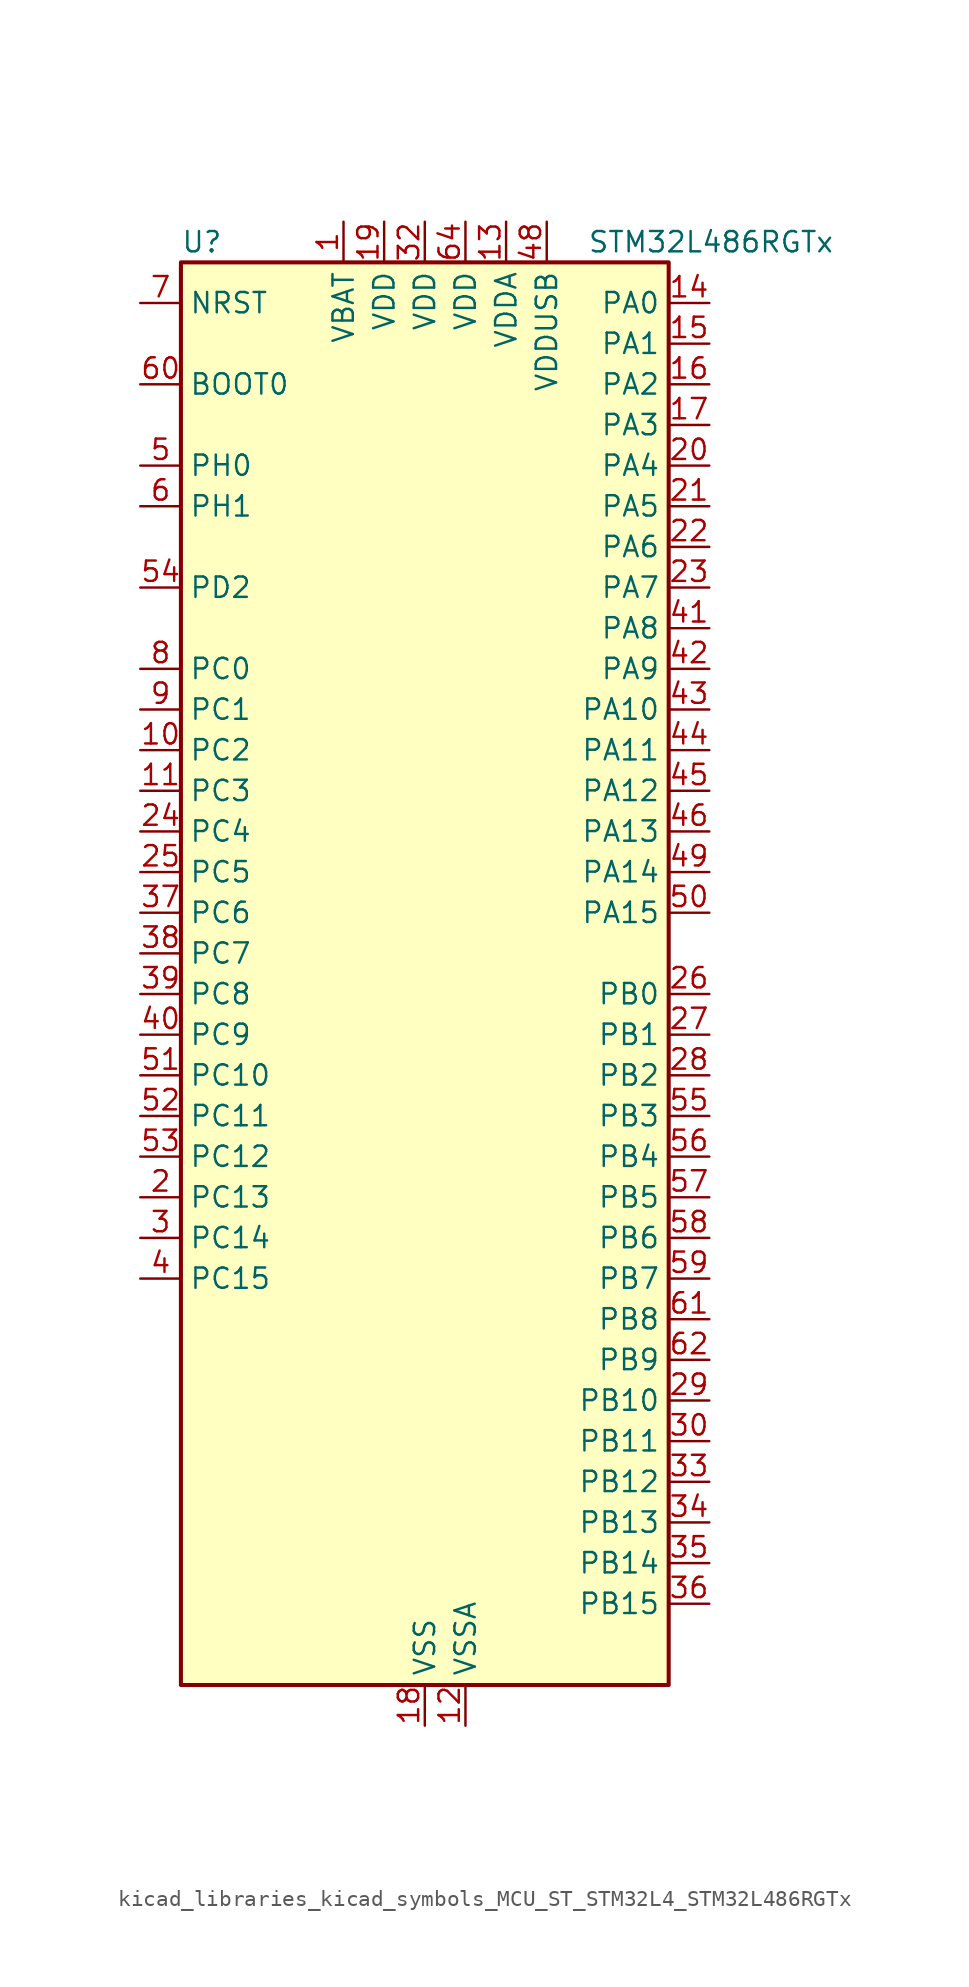
<source format=kicad_sym>
(kicad_symbol_lib
  (version 20220914)
  (generator kicad_symbol_editor)
  (symbol "kicad_libraries_kicad_symbols_MCU_ST_STM32L4_STM32L486RGTx"
    (property "Reference" "U"
      (at -15.24 46.99 0)
      (effects (font (size 1.27 1.27)) (justify left)))
    (property "Value" "STM32L486RGTx"
      (at 10.16 46.99 0)
      (effects (font (size 1.27 1.27)) (justify left)))
    (property "ki_locked" ""
      (at 0 0 0)
      (effects (font (size 1.27 1.27))))
    (symbol "kicad_libraries_kicad_symbols_MCU_ST_STM32L4_STM32L486RGTx_0_1"
      (rectangle (start -15.24 -43.18) (end 15.24 45.72) (stroke (width 0.254) (type default)) (fill (type background))))
    (symbol "kicad_libraries_kicad_symbols_MCU_ST_STM32L4_STM32L486RGTx_1_1"
      (pin power_in line (at -5.08 48.26 270) (length 2.54) (name "VBAT" (effects (font (size 1.27 1.27)))) (number "1" (effects (font (size 1.27 1.27)))))
      (pin bidirectional line (at -17.78 15.24 0) (length 2.54) (name "PC2" (effects (font (size 1.27 1.27)))) (number "10" (effects (font (size 1.27 1.27)))) (alternate "ADC1_IN3" bidirectional line) (alternate "ADC2_IN3" bidirectional line) (alternate "ADC3_IN3" bidirectional line) (alternate "DFSDM1_CKOUT" bidirectional line) (alternate "LCD_SEG20" bidirectional line) (alternate "LPTIM1_IN2" bidirectional line) (alternate "SPI2_MISO" bidirectional line))
      (pin bidirectional line (at -17.78 12.7 0) (length 2.54) (name "PC3" (effects (font (size 1.27 1.27)))) (number "11" (effects (font (size 1.27 1.27)))) (alternate "ADC1_IN4" bidirectional line) (alternate "ADC2_IN4" bidirectional line) (alternate "ADC3_IN4" bidirectional line) (alternate "LCD_VLCD" bidirectional line) (alternate "LPTIM1_ETR" bidirectional line) (alternate "LPTIM2_ETR" bidirectional line) (alternate "SAI1_SD_A" bidirectional line) (alternate "SPI2_MOSI" bidirectional line))
      (pin power_in line (at 2.54 -45.72 90) (length 2.54) (name "VSSA" (effects (font (size 1.27 1.27)))) (number "12" (effects (font (size 1.27 1.27)))))
      (pin power_in line (at 5.08 48.26 270) (length 2.54) (name "VDDA" (effects (font (size 1.27 1.27)))) (number "13" (effects (font (size 1.27 1.27)))))
      (pin bidirectional line (at 17.78 43.18 180) (length 2.54) (name "PA0" (effects (font (size 1.27 1.27)))) (number "14" (effects (font (size 1.27 1.27)))) (alternate "ADC1_IN5" bidirectional line) (alternate "ADC2_IN5" bidirectional line) (alternate "OPAMP1_VINP" bidirectional line) (alternate "RTC_TAMP2" bidirectional line) (alternate "SAI1_EXTCLK" bidirectional line) (alternate "SYS_WKUP1" bidirectional line) (alternate "TIM2_CH1" bidirectional line) (alternate "TIM2_ETR" bidirectional line) (alternate "TIM5_CH1" bidirectional line) (alternate "TIM8_ETR" bidirectional line) (alternate "UART4_TX" bidirectional line) (alternate "USART2_CTS" bidirectional line))
      (pin bidirectional line (at 17.78 40.64 180) (length 2.54) (name "PA1" (effects (font (size 1.27 1.27)))) (number "15" (effects (font (size 1.27 1.27)))) (alternate "ADC1_IN6" bidirectional line) (alternate "ADC2_IN6" bidirectional line) (alternate "LCD_SEG0" bidirectional line) (alternate "OPAMP1_VINM" bidirectional line) (alternate "TIM15_CH1N" bidirectional line) (alternate "TIM2_CH2" bidirectional line) (alternate "TIM5_CH2" bidirectional line) (alternate "UART4_RX" bidirectional line) (alternate "USART2_DE" bidirectional line) (alternate "USART2_RTS" bidirectional line))
      (pin bidirectional line (at 17.78 38.1 180) (length 2.54) (name "PA2" (effects (font (size 1.27 1.27)))) (number "16" (effects (font (size 1.27 1.27)))) (alternate "ADC1_IN7" bidirectional line) (alternate "ADC2_IN7" bidirectional line) (alternate "LCD_SEG1" bidirectional line) (alternate "RCC_LSCO" bidirectional line) (alternate "SAI2_EXTCLK" bidirectional line) (alternate "SYS_WKUP4" bidirectional line) (alternate "TIM15_CH1" bidirectional line) (alternate "TIM2_CH3" bidirectional line) (alternate "TIM5_CH3" bidirectional line) (alternate "USART2_TX" bidirectional line))
      (pin bidirectional line (at 17.78 35.56 180) (length 2.54) (name "PA3" (effects (font (size 1.27 1.27)))) (number "17" (effects (font (size 1.27 1.27)))) (alternate "ADC1_IN8" bidirectional line) (alternate "ADC2_IN8" bidirectional line) (alternate "LCD_SEG2" bidirectional line) (alternate "OPAMP1_VOUT" bidirectional line) (alternate "TIM15_CH2" bidirectional line) (alternate "TIM2_CH4" bidirectional line) (alternate "TIM5_CH4" bidirectional line) (alternate "USART2_RX" bidirectional line))
      (pin power_in line (at 0 -45.72 90) (length 2.54) (name "VSS" (effects (font (size 1.27 1.27)))) (number "18" (effects (font (size 1.27 1.27)))))
      (pin power_in line (at -2.54 48.26 270) (length 2.54) (name "VDD" (effects (font (size 1.27 1.27)))) (number "19" (effects (font (size 1.27 1.27)))))
      (pin bidirectional line (at -17.78 -12.7 0) (length 2.54) (name "PC13" (effects (font (size 1.27 1.27)))) (number "2" (effects (font (size 1.27 1.27)))) (alternate "RTC_OUT_ALARM" bidirectional line) (alternate "RTC_OUT_CALIB" bidirectional line) (alternate "RTC_TAMP1" bidirectional line) (alternate "RTC_TS" bidirectional line) (alternate "SYS_WKUP2" bidirectional line))
      (pin bidirectional line (at 17.78 33.02 180) (length 2.54) (name "PA4" (effects (font (size 1.27 1.27)))) (number "20" (effects (font (size 1.27 1.27)))) (alternate "ADC1_IN9" bidirectional line) (alternate "ADC2_IN9" bidirectional line) (alternate "DAC1_OUT1" bidirectional line) (alternate "LPTIM2_OUT" bidirectional line) (alternate "SAI1_FS_B" bidirectional line) (alternate "SPI1_NSS" bidirectional line) (alternate "SPI3_NSS" bidirectional line) (alternate "USART2_CK" bidirectional line))
      (pin bidirectional line (at 17.78 30.48 180) (length 2.54) (name "PA5" (effects (font (size 1.27 1.27)))) (number "21" (effects (font (size 1.27 1.27)))) (alternate "ADC1_IN10" bidirectional line) (alternate "ADC2_IN10" bidirectional line) (alternate "DAC1_OUT2" bidirectional line) (alternate "LPTIM2_ETR" bidirectional line) (alternate "SPI1_SCK" bidirectional line) (alternate "TIM2_CH1" bidirectional line) (alternate "TIM2_ETR" bidirectional line) (alternate "TIM8_CH1N" bidirectional line))
      (pin bidirectional line (at 17.78 27.94 180) (length 2.54) (name "PA6" (effects (font (size 1.27 1.27)))) (number "22" (effects (font (size 1.27 1.27)))) (alternate "ADC1_IN11" bidirectional line) (alternate "ADC2_IN11" bidirectional line) (alternate "LCD_SEG3" bidirectional line) (alternate "OPAMP2_VINP" bidirectional line) (alternate "QUADSPI_BK1_IO3" bidirectional line) (alternate "SPI1_MISO" bidirectional line) (alternate "TIM16_CH1" bidirectional line) (alternate "TIM1_BKIN" bidirectional line) (alternate "TIM1_BKIN_COMP2" bidirectional line) (alternate "TIM3_CH1" bidirectional line) (alternate "TIM8_BKIN" bidirectional line) (alternate "TIM8_BKIN_COMP2" bidirectional line) (alternate "USART3_CTS" bidirectional line))
      (pin bidirectional line (at 17.78 25.4 180) (length 2.54) (name "PA7" (effects (font (size 1.27 1.27)))) (number "23" (effects (font (size 1.27 1.27)))) (alternate "ADC1_IN12" bidirectional line) (alternate "ADC2_IN12" bidirectional line) (alternate "LCD_SEG4" bidirectional line) (alternate "OPAMP2_VINM" bidirectional line) (alternate "QUADSPI_BK1_IO2" bidirectional line) (alternate "SPI1_MOSI" bidirectional line) (alternate "TIM17_CH1" bidirectional line) (alternate "TIM1_CH1N" bidirectional line) (alternate "TIM3_CH2" bidirectional line) (alternate "TIM8_CH1N" bidirectional line))
      (pin bidirectional line (at -17.78 10.16 0) (length 2.54) (name "PC4" (effects (font (size 1.27 1.27)))) (number "24" (effects (font (size 1.27 1.27)))) (alternate "ADC1_IN13" bidirectional line) (alternate "ADC2_IN13" bidirectional line) (alternate "COMP1_INM" bidirectional line) (alternate "LCD_SEG22" bidirectional line) (alternate "USART3_TX" bidirectional line))
      (pin bidirectional line (at -17.78 7.62 0) (length 2.54) (name "PC5" (effects (font (size 1.27 1.27)))) (number "25" (effects (font (size 1.27 1.27)))) (alternate "ADC1_IN14" bidirectional line) (alternate "ADC2_IN14" bidirectional line) (alternate "COMP1_INP" bidirectional line) (alternate "LCD_SEG23" bidirectional line) (alternate "SYS_WKUP5" bidirectional line) (alternate "USART3_RX" bidirectional line))
      (pin bidirectional line (at 17.78 0 180) (length 2.54) (name "PB0" (effects (font (size 1.27 1.27)))) (number "26" (effects (font (size 1.27 1.27)))) (alternate "ADC1_IN15" bidirectional line) (alternate "ADC2_IN15" bidirectional line) (alternate "COMP1_OUT" bidirectional line) (alternate "LCD_SEG5" bidirectional line) (alternate "OPAMP2_VOUT" bidirectional line) (alternate "QUADSPI_BK1_IO1" bidirectional line) (alternate "TIM1_CH2N" bidirectional line) (alternate "TIM3_CH3" bidirectional line) (alternate "TIM8_CH2N" bidirectional line) (alternate "USART3_CK" bidirectional line))
      (pin bidirectional line (at 17.78 -2.54 180) (length 2.54) (name "PB1" (effects (font (size 1.27 1.27)))) (number "27" (effects (font (size 1.27 1.27)))) (alternate "ADC1_IN16" bidirectional line) (alternate "ADC2_IN16" bidirectional line) (alternate "COMP1_INM" bidirectional line) (alternate "DFSDM1_DATIN0" bidirectional line) (alternate "LCD_SEG6" bidirectional line) (alternate "LPTIM2_IN1" bidirectional line) (alternate "QUADSPI_BK1_IO0" bidirectional line) (alternate "TIM1_CH3N" bidirectional line) (alternate "TIM3_CH4" bidirectional line) (alternate "TIM8_CH3N" bidirectional line) (alternate "USART3_DE" bidirectional line) (alternate "USART3_RTS" bidirectional line))
      (pin bidirectional line (at 17.78 -5.08 180) (length 2.54) (name "PB2" (effects (font (size 1.27 1.27)))) (number "28" (effects (font (size 1.27 1.27)))) (alternate "COMP1_INP" bidirectional line) (alternate "DFSDM1_CKIN0" bidirectional line) (alternate "I2C3_SMBA" bidirectional line) (alternate "LPTIM1_OUT" bidirectional line) (alternate "RTC_OUT_ALARM" bidirectional line) (alternate "RTC_OUT_CALIB" bidirectional line))
      (pin bidirectional line (at 17.78 -25.4 180) (length 2.54) (name "PB10" (effects (font (size 1.27 1.27)))) (number "29" (effects (font (size 1.27 1.27)))) (alternate "COMP1_OUT" bidirectional line) (alternate "DFSDM1_DATIN7" bidirectional line) (alternate "I2C2_SCL" bidirectional line) (alternate "LCD_SEG10" bidirectional line) (alternate "LPUART1_RX" bidirectional line) (alternate "QUADSPI_CLK" bidirectional line) (alternate "SAI1_SCK_A" bidirectional line) (alternate "SPI2_SCK" bidirectional line) (alternate "TIM2_CH3" bidirectional line) (alternate "USART3_TX" bidirectional line))
      (pin bidirectional line (at -17.78 -15.24 0) (length 2.54) (name "PC14" (effects (font (size 1.27 1.27)))) (number "3" (effects (font (size 1.27 1.27)))) (alternate "RCC_OSC32_IN" bidirectional line))
      (pin bidirectional line (at 17.78 -27.94 180) (length 2.54) (name "PB11" (effects (font (size 1.27 1.27)))) (number "30" (effects (font (size 1.27 1.27)))) (alternate "ADC1_EXTI11" bidirectional line) (alternate "ADC2_EXTI11" bidirectional line) (alternate "ADC3_EXTI11" bidirectional line) (alternate "COMP2_OUT" bidirectional line) (alternate "DFSDM1_CKIN7" bidirectional line) (alternate "I2C2_SDA" bidirectional line) (alternate "LCD_SEG11" bidirectional line) (alternate "LPUART1_TX" bidirectional line) (alternate "QUADSPI_NCS" bidirectional line) (alternate "TIM2_CH4" bidirectional line) (alternate "USART3_RX" bidirectional line))
      (pin passive line (at 0 -45.72 90) (length 2.54) hide (name "VSS" (effects (font (size 1.27 1.27)))) (number "31" (effects (font (size 1.27 1.27)))))
      (pin power_in line (at 0 48.26 270) (length 2.54) (name "VDD" (effects (font (size 1.27 1.27)))) (number "32" (effects (font (size 1.27 1.27)))))
      (pin bidirectional line (at 17.78 -30.48 180) (length 2.54) (name "PB12" (effects (font (size 1.27 1.27)))) (number "33" (effects (font (size 1.27 1.27)))) (alternate "DFSDM1_DATIN1" bidirectional line) (alternate "I2C2_SMBA" bidirectional line) (alternate "LCD_SEG12" bidirectional line) (alternate "LPUART1_DE" bidirectional line) (alternate "LPUART1_RTS" bidirectional line) (alternate "SAI2_FS_A" bidirectional line) (alternate "SPI2_NSS" bidirectional line) (alternate "SWPMI1_IO" bidirectional line) (alternate "TIM15_BKIN" bidirectional line) (alternate "TIM1_BKIN" bidirectional line) (alternate "TIM1_BKIN_COMP2" bidirectional line) (alternate "TSC_G1_IO1" bidirectional line) (alternate "USART3_CK" bidirectional line))
      (pin bidirectional line (at 17.78 -33.02 180) (length 2.54) (name "PB13" (effects (font (size 1.27 1.27)))) (number "34" (effects (font (size 1.27 1.27)))) (alternate "DFSDM1_CKIN1" bidirectional line) (alternate "I2C2_SCL" bidirectional line) (alternate "LCD_SEG13" bidirectional line) (alternate "LPUART1_CTS" bidirectional line) (alternate "SAI2_SCK_A" bidirectional line) (alternate "SPI2_SCK" bidirectional line) (alternate "SWPMI1_TX" bidirectional line) (alternate "TIM15_CH1N" bidirectional line) (alternate "TIM1_CH1N" bidirectional line) (alternate "TSC_G1_IO2" bidirectional line) (alternate "USART3_CTS" bidirectional line))
      (pin bidirectional line (at 17.78 -35.56 180) (length 2.54) (name "PB14" (effects (font (size 1.27 1.27)))) (number "35" (effects (font (size 1.27 1.27)))) (alternate "DFSDM1_DATIN2" bidirectional line) (alternate "I2C2_SDA" bidirectional line) (alternate "LCD_SEG14" bidirectional line) (alternate "SAI2_MCLK_A" bidirectional line) (alternate "SPI2_MISO" bidirectional line) (alternate "SWPMI1_RX" bidirectional line) (alternate "TIM15_CH1" bidirectional line) (alternate "TIM1_CH2N" bidirectional line) (alternate "TIM8_CH2N" bidirectional line) (alternate "TSC_G1_IO3" bidirectional line) (alternate "USART3_DE" bidirectional line) (alternate "USART3_RTS" bidirectional line))
      (pin bidirectional line (at 17.78 -38.1 180) (length 2.54) (name "PB15" (effects (font (size 1.27 1.27)))) (number "36" (effects (font (size 1.27 1.27)))) (alternate "ADC1_EXTI15" bidirectional line) (alternate "ADC2_EXTI15" bidirectional line) (alternate "ADC3_EXTI15" bidirectional line) (alternate "DFSDM1_CKIN2" bidirectional line) (alternate "LCD_SEG15" bidirectional line) (alternate "RTC_REFIN" bidirectional line) (alternate "SAI2_SD_A" bidirectional line) (alternate "SPI2_MOSI" bidirectional line) (alternate "SWPMI1_SUSPEND" bidirectional line) (alternate "TIM15_CH2" bidirectional line) (alternate "TIM1_CH3N" bidirectional line) (alternate "TIM8_CH3N" bidirectional line) (alternate "TSC_G1_IO4" bidirectional line))
      (pin bidirectional line (at -17.78 5.08 0) (length 2.54) (name "PC6" (effects (font (size 1.27 1.27)))) (number "37" (effects (font (size 1.27 1.27)))) (alternate "DFSDM1_CKIN3" bidirectional line) (alternate "LCD_SEG24" bidirectional line) (alternate "SAI2_MCLK_A" bidirectional line) (alternate "SDMMC1_D6" bidirectional line) (alternate "TIM3_CH1" bidirectional line) (alternate "TIM8_CH1" bidirectional line) (alternate "TSC_G4_IO1" bidirectional line))
      (pin bidirectional line (at -17.78 2.54 0) (length 2.54) (name "PC7" (effects (font (size 1.27 1.27)))) (number "38" (effects (font (size 1.27 1.27)))) (alternate "DFSDM1_DATIN3" bidirectional line) (alternate "LCD_SEG25" bidirectional line) (alternate "SAI2_MCLK_B" bidirectional line) (alternate "SDMMC1_D7" bidirectional line) (alternate "TIM3_CH2" bidirectional line) (alternate "TIM8_CH2" bidirectional line) (alternate "TSC_G4_IO2" bidirectional line))
      (pin bidirectional line (at -17.78 0 0) (length 2.54) (name "PC8" (effects (font (size 1.27 1.27)))) (number "39" (effects (font (size 1.27 1.27)))) (alternate "LCD_SEG26" bidirectional line) (alternate "SDMMC1_D0" bidirectional line) (alternate "TIM3_CH3" bidirectional line) (alternate "TIM8_CH3" bidirectional line) (alternate "TSC_G4_IO3" bidirectional line))
      (pin bidirectional line (at -17.78 -17.78 0) (length 2.54) (name "PC15" (effects (font (size 1.27 1.27)))) (number "4" (effects (font (size 1.27 1.27)))) (alternate "ADC1_EXTI15" bidirectional line) (alternate "ADC2_EXTI15" bidirectional line) (alternate "ADC3_EXTI15" bidirectional line) (alternate "RCC_OSC32_OUT" bidirectional line))
      (pin bidirectional line (at -17.78 -2.54 0) (length 2.54) (name "PC9" (effects (font (size 1.27 1.27)))) (number "40" (effects (font (size 1.27 1.27)))) (alternate "DAC1_EXTI9" bidirectional line) (alternate "LCD_SEG27" bidirectional line) (alternate "SAI2_EXTCLK" bidirectional line) (alternate "SDMMC1_D1" bidirectional line) (alternate "TIM3_CH4" bidirectional line) (alternate "TIM8_BKIN2" bidirectional line) (alternate "TIM8_BKIN2_COMP1" bidirectional line) (alternate "TIM8_CH4" bidirectional line) (alternate "TSC_G4_IO4" bidirectional line) (alternate "USB_OTG_FS_NOE" bidirectional line))
      (pin bidirectional line (at 17.78 22.86 180) (length 2.54) (name "PA8" (effects (font (size 1.27 1.27)))) (number "41" (effects (font (size 1.27 1.27)))) (alternate "LCD_COM0" bidirectional line) (alternate "LPTIM2_OUT" bidirectional line) (alternate "RCC_MCO" bidirectional line) (alternate "TIM1_CH1" bidirectional line) (alternate "USART1_CK" bidirectional line) (alternate "USB_OTG_FS_SOF" bidirectional line))
      (pin bidirectional line (at 17.78 20.32 180) (length 2.54) (name "PA9" (effects (font (size 1.27 1.27)))) (number "42" (effects (font (size 1.27 1.27)))) (alternate "DAC1_EXTI9" bidirectional line) (alternate "LCD_COM1" bidirectional line) (alternate "TIM15_BKIN" bidirectional line) (alternate "TIM1_CH2" bidirectional line) (alternate "USART1_TX" bidirectional line) (alternate "USB_OTG_FS_VBUS" bidirectional line))
      (pin bidirectional line (at 17.78 17.78 180) (length 2.54) (name "PA10" (effects (font (size 1.27 1.27)))) (number "43" (effects (font (size 1.27 1.27)))) (alternate "LCD_COM2" bidirectional line) (alternate "TIM17_BKIN" bidirectional line) (alternate "TIM1_CH3" bidirectional line) (alternate "USART1_RX" bidirectional line) (alternate "USB_OTG_FS_ID" bidirectional line))
      (pin bidirectional line (at 17.78 15.24 180) (length 2.54) (name "PA11" (effects (font (size 1.27 1.27)))) (number "44" (effects (font (size 1.27 1.27)))) (alternate "ADC1_EXTI11" bidirectional line) (alternate "ADC2_EXTI11" bidirectional line) (alternate "ADC3_EXTI11" bidirectional line) (alternate "CAN1_RX" bidirectional line) (alternate "TIM1_BKIN2" bidirectional line) (alternate "TIM1_BKIN2_COMP1" bidirectional line) (alternate "TIM1_CH4" bidirectional line) (alternate "USART1_CTS" bidirectional line) (alternate "USB_OTG_FS_DM" bidirectional line))
      (pin bidirectional line (at 17.78 12.7 180) (length 2.54) (name "PA12" (effects (font (size 1.27 1.27)))) (number "45" (effects (font (size 1.27 1.27)))) (alternate "CAN1_TX" bidirectional line) (alternate "TIM1_ETR" bidirectional line) (alternate "USART1_DE" bidirectional line) (alternate "USART1_RTS" bidirectional line) (alternate "USB_OTG_FS_DP" bidirectional line))
      (pin bidirectional line (at 17.78 10.16 180) (length 2.54) (name "PA13" (effects (font (size 1.27 1.27)))) (number "46" (effects (font (size 1.27 1.27)))) (alternate "IR_OUT" bidirectional line) (alternate "SYS_JTMS-SWDIO" bidirectional line) (alternate "USB_OTG_FS_NOE" bidirectional line))
      (pin passive line (at 0 -45.72 90) (length 2.54) hide (name "VSS" (effects (font (size 1.27 1.27)))) (number "47" (effects (font (size 1.27 1.27)))))
      (pin power_in line (at 7.62 48.26 270) (length 2.54) (name "VDDUSB" (effects (font (size 1.27 1.27)))) (number "48" (effects (font (size 1.27 1.27)))))
      (pin bidirectional line (at 17.78 7.62 180) (length 2.54) (name "PA14" (effects (font (size 1.27 1.27)))) (number "49" (effects (font (size 1.27 1.27)))) (alternate "SYS_JTCK-SWCLK" bidirectional line))
      (pin bidirectional line (at -17.78 33.02 0) (length 2.54) (name "PH0" (effects (font (size 1.27 1.27)))) (number "5" (effects (font (size 1.27 1.27)))) (alternate "RCC_OSC_IN" bidirectional line))
      (pin bidirectional line (at 17.78 5.08 180) (length 2.54) (name "PA15" (effects (font (size 1.27 1.27)))) (number "50" (effects (font (size 1.27 1.27)))) (alternate "ADC1_EXTI15" bidirectional line) (alternate "ADC2_EXTI15" bidirectional line) (alternate "ADC3_EXTI15" bidirectional line) (alternate "LCD_SEG17" bidirectional line) (alternate "SAI2_FS_B" bidirectional line) (alternate "SPI1_NSS" bidirectional line) (alternate "SPI3_NSS" bidirectional line) (alternate "SYS_JTDI" bidirectional line) (alternate "TIM2_CH1" bidirectional line) (alternate "TIM2_ETR" bidirectional line) (alternate "TSC_G3_IO1" bidirectional line) (alternate "UART4_DE" bidirectional line) (alternate "UART4_RTS" bidirectional line))
      (pin bidirectional line (at -17.78 -5.08 0) (length 2.54) (name "PC10" (effects (font (size 1.27 1.27)))) (number "51" (effects (font (size 1.27 1.27)))) (alternate "LCD_COM4" bidirectional line) (alternate "LCD_SEG28" bidirectional line) (alternate "LCD_SEG40" bidirectional line) (alternate "SAI2_SCK_B" bidirectional line) (alternate "SDMMC1_D2" bidirectional line) (alternate "SPI3_SCK" bidirectional line) (alternate "TSC_G3_IO2" bidirectional line) (alternate "UART4_TX" bidirectional line) (alternate "USART3_TX" bidirectional line))
      (pin bidirectional line (at -17.78 -7.62 0) (length 2.54) (name "PC11" (effects (font (size 1.27 1.27)))) (number "52" (effects (font (size 1.27 1.27)))) (alternate "ADC1_EXTI11" bidirectional line) (alternate "ADC2_EXTI11" bidirectional line) (alternate "ADC3_EXTI11" bidirectional line) (alternate "LCD_COM5" bidirectional line) (alternate "LCD_SEG29" bidirectional line) (alternate "LCD_SEG41" bidirectional line) (alternate "SAI2_MCLK_B" bidirectional line) (alternate "SDMMC1_D3" bidirectional line) (alternate "SPI3_MISO" bidirectional line) (alternate "TSC_G3_IO3" bidirectional line) (alternate "UART4_RX" bidirectional line) (alternate "USART3_RX" bidirectional line))
      (pin bidirectional line (at -17.78 -10.16 0) (length 2.54) (name "PC12" (effects (font (size 1.27 1.27)))) (number "53" (effects (font (size 1.27 1.27)))) (alternate "LCD_COM6" bidirectional line) (alternate "LCD_SEG30" bidirectional line) (alternate "LCD_SEG42" bidirectional line) (alternate "SAI2_SD_B" bidirectional line) (alternate "SDMMC1_CK" bidirectional line) (alternate "SPI3_MOSI" bidirectional line) (alternate "TSC_G3_IO4" bidirectional line) (alternate "UART5_TX" bidirectional line) (alternate "USART3_CK" bidirectional line))
      (pin bidirectional line (at -17.78 25.4 0) (length 2.54) (name "PD2" (effects (font (size 1.27 1.27)))) (number "54" (effects (font (size 1.27 1.27)))) (alternate "LCD_COM7" bidirectional line) (alternate "LCD_SEG31" bidirectional line) (alternate "LCD_SEG43" bidirectional line) (alternate "SDMMC1_CMD" bidirectional line) (alternate "TIM3_ETR" bidirectional line) (alternate "TSC_SYNC" bidirectional line) (alternate "UART5_RX" bidirectional line) (alternate "USART3_DE" bidirectional line) (alternate "USART3_RTS" bidirectional line))
      (pin bidirectional line (at 17.78 -7.62 180) (length 2.54) (name "PB3" (effects (font (size 1.27 1.27)))) (number "55" (effects (font (size 1.27 1.27)))) (alternate "COMP2_INM" bidirectional line) (alternate "LCD_SEG7" bidirectional line) (alternate "SAI1_SCK_B" bidirectional line) (alternate "SPI1_SCK" bidirectional line) (alternate "SPI3_SCK" bidirectional line) (alternate "SYS_JTDO-SWO" bidirectional line) (alternate "TIM2_CH2" bidirectional line) (alternate "USART1_DE" bidirectional line) (alternate "USART1_RTS" bidirectional line))
      (pin bidirectional line (at 17.78 -10.16 180) (length 2.54) (name "PB4" (effects (font (size 1.27 1.27)))) (number "56" (effects (font (size 1.27 1.27)))) (alternate "COMP2_INP" bidirectional line) (alternate "LCD_SEG8" bidirectional line) (alternate "SAI1_MCLK_B" bidirectional line) (alternate "SPI1_MISO" bidirectional line) (alternate "SPI3_MISO" bidirectional line) (alternate "SYS_JTRST" bidirectional line) (alternate "TIM17_BKIN" bidirectional line) (alternate "TIM3_CH1" bidirectional line) (alternate "TSC_G2_IO1" bidirectional line) (alternate "UART5_DE" bidirectional line) (alternate "UART5_RTS" bidirectional line) (alternate "USART1_CTS" bidirectional line))
      (pin bidirectional line (at 17.78 -12.7 180) (length 2.54) (name "PB5" (effects (font (size 1.27 1.27)))) (number "57" (effects (font (size 1.27 1.27)))) (alternate "COMP2_OUT" bidirectional line) (alternate "I2C1_SMBA" bidirectional line) (alternate "LCD_SEG9" bidirectional line) (alternate "LPTIM1_IN1" bidirectional line) (alternate "SAI1_SD_B" bidirectional line) (alternate "SPI1_MOSI" bidirectional line) (alternate "SPI3_MOSI" bidirectional line) (alternate "TIM16_BKIN" bidirectional line) (alternate "TIM3_CH2" bidirectional line) (alternate "TSC_G2_IO2" bidirectional line) (alternate "UART5_CTS" bidirectional line) (alternate "USART1_CK" bidirectional line))
      (pin bidirectional line (at 17.78 -15.24 180) (length 2.54) (name "PB6" (effects (font (size 1.27 1.27)))) (number "58" (effects (font (size 1.27 1.27)))) (alternate "COMP2_INP" bidirectional line) (alternate "DFSDM1_DATIN5" bidirectional line) (alternate "I2C1_SCL" bidirectional line) (alternate "LPTIM1_ETR" bidirectional line) (alternate "SAI1_FS_B" bidirectional line) (alternate "TIM16_CH1N" bidirectional line) (alternate "TIM4_CH1" bidirectional line) (alternate "TIM8_BKIN2" bidirectional line) (alternate "TIM8_BKIN2_COMP2" bidirectional line) (alternate "TSC_G2_IO3" bidirectional line) (alternate "USART1_TX" bidirectional line))
      (pin bidirectional line (at 17.78 -17.78 180) (length 2.54) (name "PB7" (effects (font (size 1.27 1.27)))) (number "59" (effects (font (size 1.27 1.27)))) (alternate "COMP2_INM" bidirectional line) (alternate "DFSDM1_CKIN5" bidirectional line) (alternate "I2C1_SDA" bidirectional line) (alternate "LCD_SEG21" bidirectional line) (alternate "LPTIM1_IN2" bidirectional line) (alternate "SYS_PVD_IN" bidirectional line) (alternate "TIM17_CH1N" bidirectional line) (alternate "TIM4_CH2" bidirectional line) (alternate "TIM8_BKIN" bidirectional line) (alternate "TIM8_BKIN_COMP1" bidirectional line) (alternate "TSC_G2_IO4" bidirectional line) (alternate "UART4_CTS" bidirectional line) (alternate "USART1_RX" bidirectional line))
      (pin bidirectional line (at -17.78 30.48 0) (length 2.54) (name "PH1" (effects (font (size 1.27 1.27)))) (number "6" (effects (font (size 1.27 1.27)))) (alternate "RCC_OSC_OUT" bidirectional line))
      (pin input line (at -17.78 38.1 0) (length 2.54) (name "BOOT0" (effects (font (size 1.27 1.27)))) (number "60" (effects (font (size 1.27 1.27)))))
      (pin bidirectional line (at 17.78 -20.32 180) (length 2.54) (name "PB8" (effects (font (size 1.27 1.27)))) (number "61" (effects (font (size 1.27 1.27)))) (alternate "CAN1_RX" bidirectional line) (alternate "DFSDM1_DATIN6" bidirectional line) (alternate "I2C1_SCL" bidirectional line) (alternate "LCD_SEG16" bidirectional line) (alternate "SAI1_MCLK_A" bidirectional line) (alternate "SDMMC1_D4" bidirectional line) (alternate "TIM16_CH1" bidirectional line) (alternate "TIM4_CH3" bidirectional line))
      (pin bidirectional line (at 17.78 -22.86 180) (length 2.54) (name "PB9" (effects (font (size 1.27 1.27)))) (number "62" (effects (font (size 1.27 1.27)))) (alternate "CAN1_TX" bidirectional line) (alternate "DAC1_EXTI9" bidirectional line) (alternate "DFSDM1_CKIN6" bidirectional line) (alternate "I2C1_SDA" bidirectional line) (alternate "IR_OUT" bidirectional line) (alternate "LCD_COM3" bidirectional line) (alternate "SAI1_FS_A" bidirectional line) (alternate "SDMMC1_D5" bidirectional line) (alternate "SPI2_NSS" bidirectional line) (alternate "TIM17_CH1" bidirectional line) (alternate "TIM4_CH4" bidirectional line))
      (pin passive line (at 0 -45.72 90) (length 2.54) hide (name "VSS" (effects (font (size 1.27 1.27)))) (number "63" (effects (font (size 1.27 1.27)))))
      (pin power_in line (at 2.54 48.26 270) (length 2.54) (name "VDD" (effects (font (size 1.27 1.27)))) (number "64" (effects (font (size 1.27 1.27)))))
      (pin input line (at -17.78 43.18 0) (length 2.54) (name "NRST" (effects (font (size 1.27 1.27)))) (number "7" (effects (font (size 1.27 1.27)))))
      (pin bidirectional line (at -17.78 20.32 0) (length 2.54) (name "PC0" (effects (font (size 1.27 1.27)))) (number "8" (effects (font (size 1.27 1.27)))) (alternate "ADC1_IN1" bidirectional line) (alternate "ADC2_IN1" bidirectional line) (alternate "ADC3_IN1" bidirectional line) (alternate "DFSDM1_DATIN4" bidirectional line) (alternate "I2C3_SCL" bidirectional line) (alternate "LCD_SEG18" bidirectional line) (alternate "LPTIM1_IN1" bidirectional line) (alternate "LPTIM2_IN1" bidirectional line) (alternate "LPUART1_RX" bidirectional line))
      (pin bidirectional line (at -17.78 17.78 0) (length 2.54) (name "PC1" (effects (font (size 1.27 1.27)))) (number "9" (effects (font (size 1.27 1.27)))) (alternate "ADC1_IN2" bidirectional line) (alternate "ADC2_IN2" bidirectional line) (alternate "ADC3_IN2" bidirectional line) (alternate "DFSDM1_CKIN4" bidirectional line) (alternate "I2C3_SDA" bidirectional line) (alternate "LCD_SEG19" bidirectional line) (alternate "LPTIM1_OUT" bidirectional line) (alternate "LPUART1_TX" bidirectional line)))))
</source>
